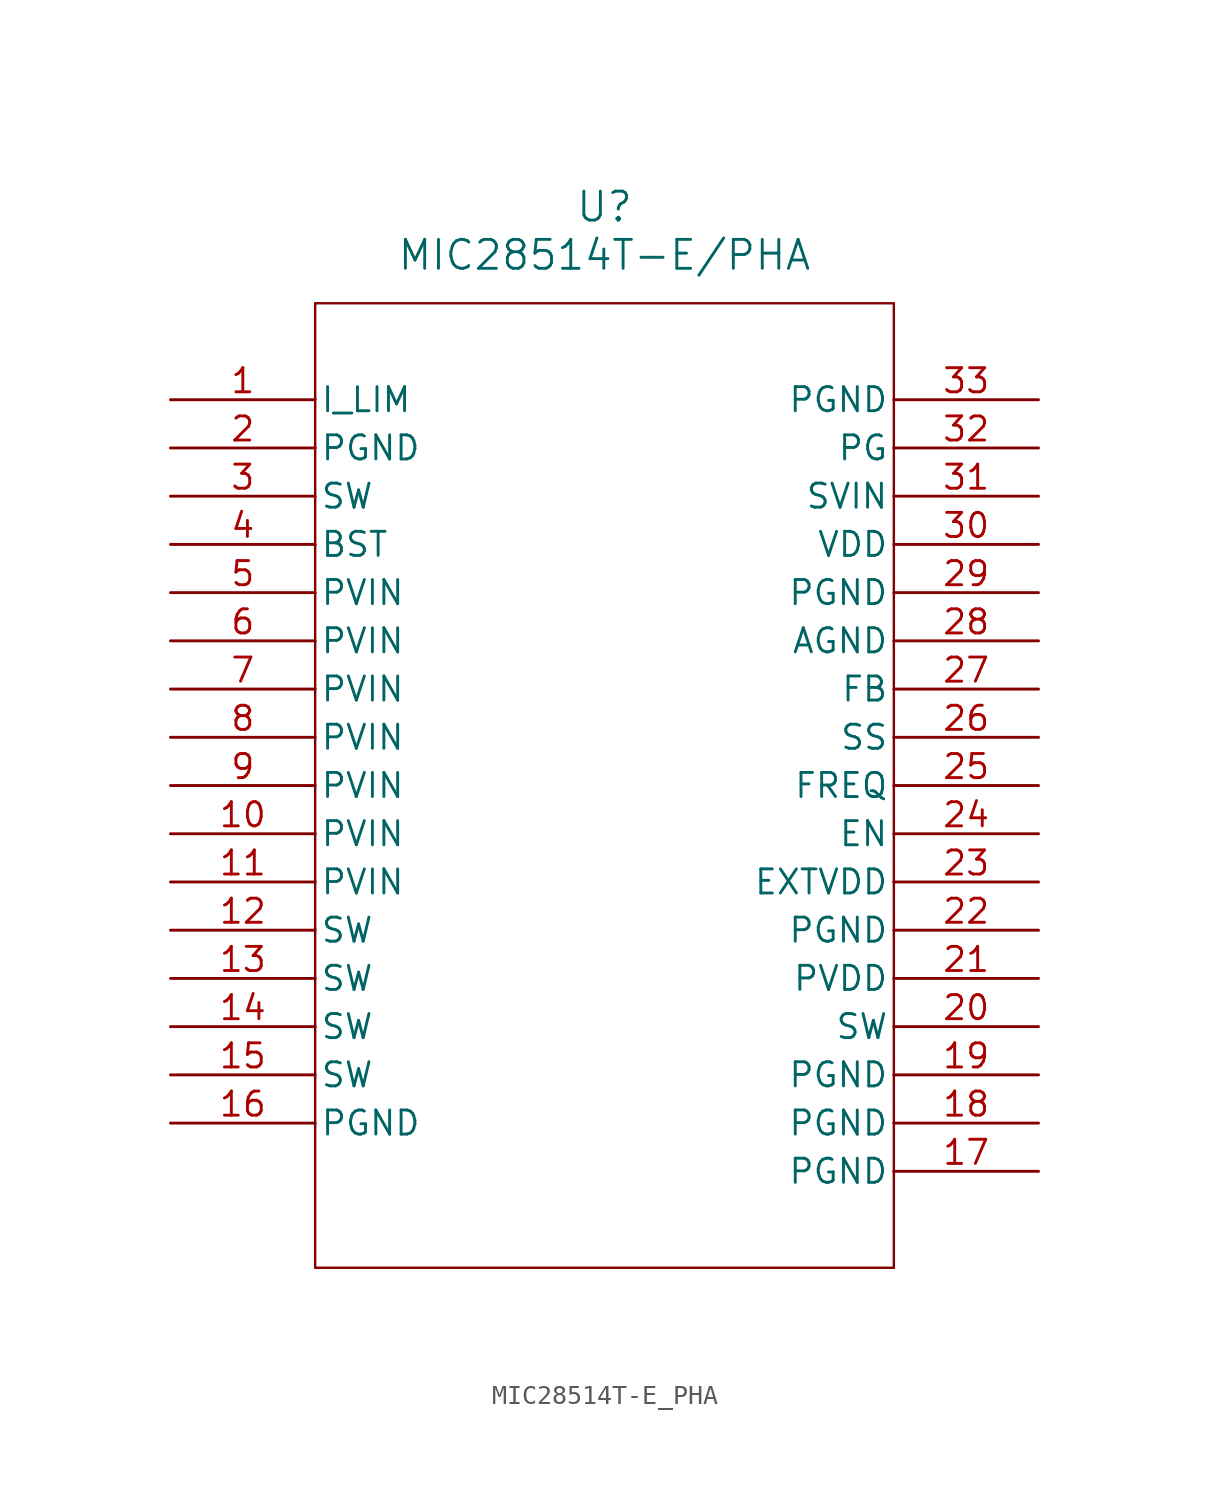
<source format=kicad_sym>
(kicad_symbol_lib
  (version 20211014)
  (generator kicad_symbol_editor)
  (symbol "MIC28514T-E_PHA"
    (pin_names
      (offset 0.254))
    (property "Reference" "U"
      (at 22.86 10.16 0)
      (effects (font (size 1.524 1.524))))
    (property "Value" "MIC28514T-E/PHA"
      (at 22.86 7.62 0)
      (effects (font (size 1.524 1.524))))
    (symbol "MIC28514T-E_PHA_0_1"
      (polyline (pts (xy 7.62 5.08) (xy 7.62 -45.72)) (stroke (width 0.127) (type default) (color 0 0 0 0)) (fill (type none)))
      (polyline (pts (xy 7.62 -45.72) (xy 38.1 -45.72)) (stroke (width 0.127) (type default) (color 0 0 0 0)) (fill (type none)))
      (polyline (pts (xy 38.1 -45.72) (xy 38.1 5.08)) (stroke (width 0.127) (type default) (color 0 0 0 0)) (fill (type none)))
      (polyline (pts (xy 38.1 5.08) (xy 7.62 5.08)) (stroke (width 0.127) (type default) (color 0 0 0 0)) (fill (type none)))
      (pin input line (at 0 0 0) (length 7.62) (name "I_LIM" (effects (font (size 1.27 1.27)))) (number "1" (effects (font (size 1.27 1.27)))))
      (pin power_out line (at 0 -2.54 0) (length 7.62) (name "PGND" (effects (font (size 1.27 1.27)))) (number "2" (effects (font (size 1.27 1.27)))))
      (pin output line (at 0 -5.08 0) (length 7.62) (name "SW" (effects (font (size 1.27 1.27)))) (number "3" (effects (font (size 1.27 1.27)))))
      (pin output line (at 0 -7.62 0) (length 7.62) (name "BST" (effects (font (size 1.27 1.27)))) (number "4" (effects (font (size 1.27 1.27)))))
      (pin input line (at 0 -10.16 0) (length 7.62) (name "PVIN" (effects (font (size 1.27 1.27)))) (number "5" (effects (font (size 1.27 1.27)))))
      (pin input line (at 0 -12.7 0) (length 7.62) (name "PVIN" (effects (font (size 1.27 1.27)))) (number "6" (effects (font (size 1.27 1.27)))))
      (pin input line (at 0 -15.24 0) (length 7.62) (name "PVIN" (effects (font (size 1.27 1.27)))) (number "7" (effects (font (size 1.27 1.27)))))
      (pin input line (at 0 -17.78 0) (length 7.62) (name "PVIN" (effects (font (size 1.27 1.27)))) (number "8" (effects (font (size 1.27 1.27)))))
      (pin input line (at 0 -20.32 0) (length 7.62) (name "PVIN" (effects (font (size 1.27 1.27)))) (number "9" (effects (font (size 1.27 1.27)))))
      (pin input line (at 0 -22.86 0) (length 7.62) (name "PVIN" (effects (font (size 1.27 1.27)))) (number "10" (effects (font (size 1.27 1.27)))))
      (pin input line (at 0 -25.4 0) (length 7.62) (name "PVIN" (effects (font (size 1.27 1.27)))) (number "11" (effects (font (size 1.27 1.27)))))
      (pin output line (at 0 -27.94 0) (length 7.62) (name "SW" (effects (font (size 1.27 1.27)))) (number "12" (effects (font (size 1.27 1.27)))))
      (pin output line (at 0 -30.48 0) (length 7.62) (name "SW" (effects (font (size 1.27 1.27)))) (number "13" (effects (font (size 1.27 1.27)))))
      (pin output line (at 0 -33.02 0) (length 7.62) (name "SW" (effects (font (size 1.27 1.27)))) (number "14" (effects (font (size 1.27 1.27)))))
      (pin output line (at 0 -35.56 0) (length 7.62) (name "SW" (effects (font (size 1.27 1.27)))) (number "15" (effects (font (size 1.27 1.27)))))
      (pin power_out line (at 0 -38.1 0) (length 7.62) (name "PGND" (effects (font (size 1.27 1.27)))) (number "16" (effects (font (size 1.27 1.27)))))
      (pin power_out line (at 45.72 -40.64 180) (length 7.62) (name "PGND" (effects (font (size 1.27 1.27)))) (number "17" (effects (font (size 1.27 1.27)))))
      (pin power_out line (at 45.72 -38.1 180) (length 7.62) (name "PGND" (effects (font (size 1.27 1.27)))) (number "18" (effects (font (size 1.27 1.27)))))
      (pin power_out line (at 45.72 -35.56 180) (length 7.62) (name "PGND" (effects (font (size 1.27 1.27)))) (number "19" (effects (font (size 1.27 1.27)))))
      (pin output line (at 45.72 -33.02 180) (length 7.62) (name "SW" (effects (font (size 1.27 1.27)))) (number "20" (effects (font (size 1.27 1.27)))))
      (pin power_in line (at 45.72 -30.48 180) (length 7.62) (name "PVDD" (effects (font (size 1.27 1.27)))) (number "21" (effects (font (size 1.27 1.27)))))
      (pin power_out line (at 45.72 -27.94 180) (length 7.62) (name "PGND" (effects (font (size 1.27 1.27)))) (number "22" (effects (font (size 1.27 1.27)))))
      (pin power_in line (at 45.72 -25.4 180) (length 7.62) (name "EXTVDD" (effects (font (size 1.27 1.27)))) (number "23" (effects (font (size 1.27 1.27)))))
      (pin input line (at 45.72 -22.86 180) (length 7.62) (name "EN" (effects (font (size 1.27 1.27)))) (number "24" (effects (font (size 1.27 1.27)))))
      (pin input line (at 45.72 -20.32 180) (length 7.62) (name "FREQ" (effects (font (size 1.27 1.27)))) (number "25" (effects (font (size 1.27 1.27)))))
      (pin unspecified line (at 45.72 -17.78 180) (length 7.62) (name "SS" (effects (font (size 1.27 1.27)))) (number "26" (effects (font (size 1.27 1.27)))))
      (pin input line (at 45.72 -15.24 180) (length 7.62) (name "FB" (effects (font (size 1.27 1.27)))) (number "27" (effects (font (size 1.27 1.27)))))
      (pin power_out line (at 45.72 -12.7 180) (length 7.62) (name "AGND" (effects (font (size 1.27 1.27)))) (number "28" (effects (font (size 1.27 1.27)))))
      (pin power_out line (at 45.72 -10.16 180) (length 7.62) (name "PGND" (effects (font (size 1.27 1.27)))) (number "29" (effects (font (size 1.27 1.27)))))
      (pin power_in line (at 45.72 -7.62 180) (length 7.62) (name "VDD" (effects (font (size 1.27 1.27)))) (number "30" (effects (font (size 1.27 1.27)))))
      (pin power_in line (at 45.72 -5.08 180) (length 7.62) (name "SVIN" (effects (font (size 1.27 1.27)))) (number "31" (effects (font (size 1.27 1.27)))))
      (pin output line (at 45.72 -2.54 180) (length 7.62) (name "PG" (effects (font (size 1.27 1.27)))) (number "32" (effects (font (size 1.27 1.27)))))
      (pin power_out line (at 45.72 0 180) (length 7.62) (name "PGND" (effects (font (size 1.27 1.27)))) (number "33" (effects (font (size 1.27 1.27))))))))
</source>
